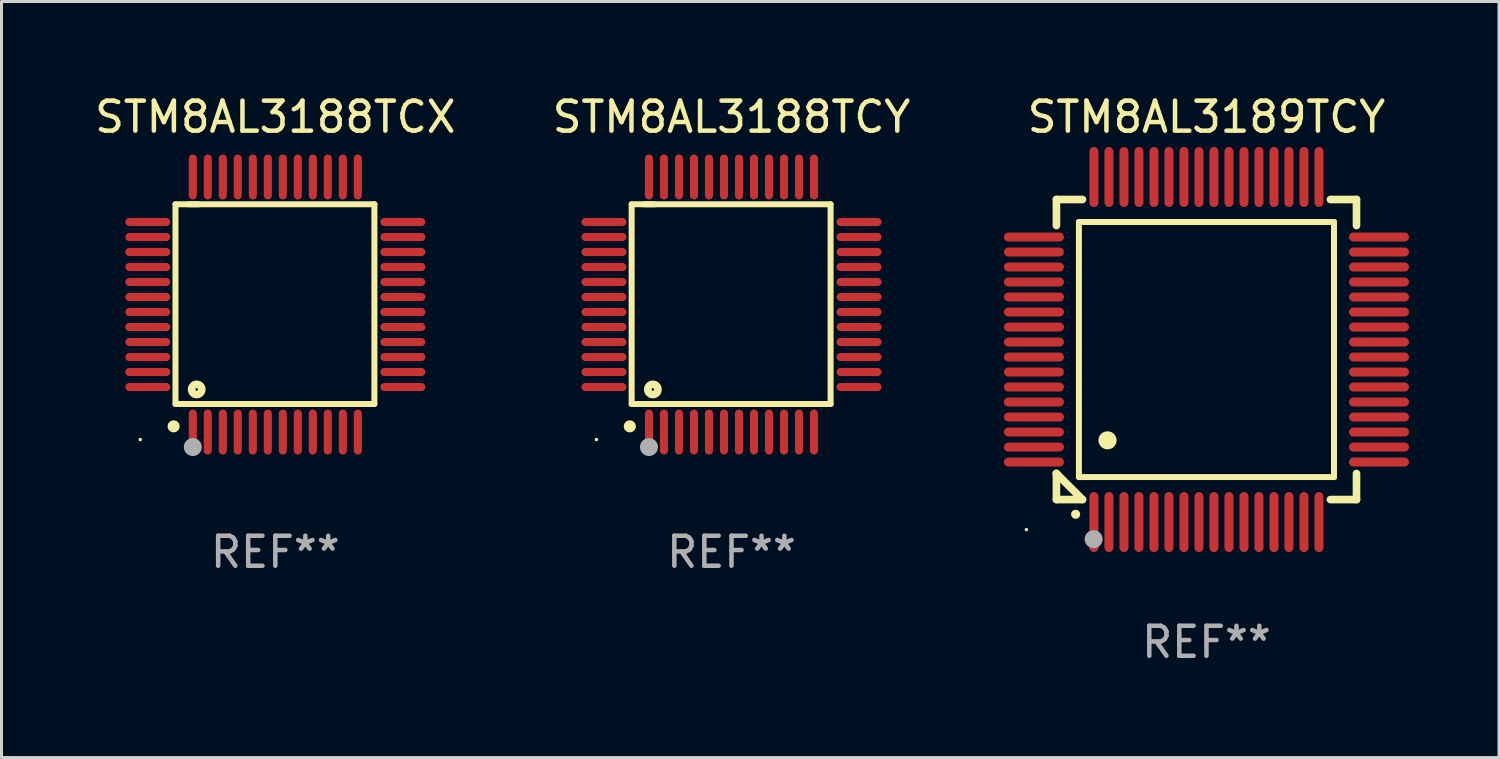
<source format=kicad_pcb>
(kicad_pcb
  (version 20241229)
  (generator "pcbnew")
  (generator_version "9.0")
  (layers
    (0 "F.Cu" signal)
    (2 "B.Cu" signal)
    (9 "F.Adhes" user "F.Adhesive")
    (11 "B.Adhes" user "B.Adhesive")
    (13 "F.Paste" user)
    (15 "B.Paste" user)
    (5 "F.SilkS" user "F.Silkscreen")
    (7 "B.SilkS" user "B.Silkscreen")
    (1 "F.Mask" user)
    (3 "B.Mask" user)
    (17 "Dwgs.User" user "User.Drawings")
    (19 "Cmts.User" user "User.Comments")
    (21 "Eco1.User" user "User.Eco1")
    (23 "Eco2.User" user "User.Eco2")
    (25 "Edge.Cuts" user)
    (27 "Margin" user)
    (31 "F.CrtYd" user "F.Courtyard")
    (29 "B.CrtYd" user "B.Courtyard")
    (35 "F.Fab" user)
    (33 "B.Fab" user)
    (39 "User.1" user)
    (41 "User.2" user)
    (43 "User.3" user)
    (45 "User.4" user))
  (footprint "STM8AL3189TCY"
    (layer "F.Cu")
    (at 37.155 8.598)
    (property "Reference" "STM8AL3189TCY" (at 0 -7.75 0) (layer "F.SilkS") (effects (font (size 1 1) (thickness 0.15))))
    (attr through_hole)
    (fp_line (start -5 -5) (end -4.131 -5) (stroke (width 0.254) (type solid)) (layer "F.SilkS"))
    (fp_line (start -5 -4.131) (end -5 -5) (stroke (width 0.254) (type solid)) (layer "F.SilkS"))
    (fp_line (start -5 4.131) (end -5 4.131) (stroke (width 0.254) (type solid)) (layer "F.SilkS"))
    (fp_line (start -5 5) (end -5 4.131) (stroke (width 0.254) (type solid)) (layer "F.SilkS"))
    (fp_line (start -5 4.131) (end -4.131 5) (stroke (width 0.254) (type solid)) (layer "F.SilkS"))
    (fp_line (start -4.25 -4.25) (end -4.25 4.25) (stroke (width 0.2) (type solid)) (layer "F.SilkS"))
    (fp_line (start -4.25 4.25) (end 4.25 4.25) (stroke (width 0.2) (type solid)) (layer "F.SilkS"))
    (fp_line (start -4.131 5) (end -5 5) (stroke (width 0.254) (type solid)) (layer "F.SilkS"))
    (fp_line (start 4.25 -4.25) (end -4.25 -4.25) (stroke (width 0.2) (type solid)) (layer "F.SilkS"))
    (fp_line (start 4.25 4.25) (end 4.25 -4.25) (stroke (width 0.2) (type solid)) (layer "F.SilkS"))
    (fp_line (start 5 -5) (end 4.131 -5) (stroke (width 0.254) (type solid)) (layer "F.SilkS"))
    (fp_line (start 5 -5) (end 5 -4.131) (stroke (width 0.254) (type solid)) (layer "F.SilkS"))
    (fp_line (start 5 4.131) (end 5 5) (stroke (width 0.254) (type solid)) (layer "F.SilkS"))
    (fp_line (start 5 5) (end 4.131 5) (stroke (width 0.254) (type solid)) (layer "F.SilkS"))
    (fp_arc (start -4.361265 5.489992) (mid -4.359995 5.489987) (end -4.358725 5.489992) (stroke (width 0.3) (type solid)) (layer "F.SilkS"))
    (fp_arc (start -3.299467 3.025146) (mid -3.296927 3.025135) (end -3.294387 3.025146) (stroke (width 0.6) (type solid)) (layer "F.SilkS"))
    (fp_circle (center -6 6) (end -5.97 6) (stroke (width 0.06) (type solid)) (fill no) (layer "F.SilkS"))
    (fp_circle (center -3.76 6.32) (end -3.61 6.32) (stroke (width 0.3) (type solid)) (fill no) (layer "F.Fab"))
    (fp_text user "REF**" (at 0 9.75 0) (layer "F.Fab") (effects (font (size 1 1) (thickness 0.15))))
    (pad "1" smd oval (at -3.75 5.75) (size 0.3 2) (layers "F.Cu" "F.Mask" "F.Paste"))
    (pad "2" smd oval (at -3.25 5.75) (size 0.3 2) (layers "F.Cu" "F.Mask" "F.Paste"))
    (pad "3" smd oval (at -2.75 5.75) (size 0.3 2) (layers "F.Cu" "F.Mask" "F.Paste"))
    (pad "4" smd oval (at -2.25 5.75) (size 0.3 2) (layers "F.Cu" "F.Mask" "F.Paste"))
    (pad "5" smd oval (at -1.75 5.75) (size 0.3 2) (layers "F.Cu" "F.Mask" "F.Paste"))
    (pad "6" smd oval (at -1.25 5.75) (size 0.3 2) (layers "F.Cu" "F.Mask" "F.Paste"))
    (pad "7" smd oval (at -0.75 5.75) (size 0.3 2) (layers "F.Cu" "F.Mask" "F.Paste"))
    (pad "8" smd oval (at -0.25 5.75) (size 0.3 2) (layers "F.Cu" "F.Mask" "F.Paste"))
    (pad "9" smd oval (at 0.25 5.75) (size 0.3 2) (layers "F.Cu" "F.Mask" "F.Paste"))
    (pad "10" smd oval (at 0.75 5.75) (size 0.3 2) (layers "F.Cu" "F.Mask" "F.Paste"))
    (pad "11" smd oval (at 1.25 5.75) (size 0.3 2) (layers "F.Cu" "F.Mask" "F.Paste"))
    (pad "12" smd oval (at 1.75 5.75) (size 0.3 2) (layers "F.Cu" "F.Mask" "F.Paste"))
    (pad "13" smd oval (at 2.25 5.75) (size 0.3 2) (layers "F.Cu" "F.Mask" "F.Paste"))
    (pad "14" smd oval (at 2.75 5.75) (size 0.3 2) (layers "F.Cu" "F.Mask" "F.Paste"))
    (pad "15" smd oval (at 3.25 5.75) (size 0.3 2) (layers "F.Cu" "F.Mask" "F.Paste"))
    (pad "16" smd oval (at 3.75 5.75) (size 0.3 2) (layers "F.Cu" "F.Mask" "F.Paste"))
    (pad "17" smd oval (at 5.75 3.75) (size 2 0.3) (layers "F.Cu" "F.Mask" "F.Paste"))
    (pad "18" smd oval (at 5.75 3.25) (size 2 0.3) (layers "F.Cu" "F.Mask" "F.Paste"))
    (pad "19" smd oval (at 5.75 2.75) (size 2 0.3) (layers "F.Cu" "F.Mask" "F.Paste"))
    (pad "20" smd oval (at 5.75 2.25) (size 2 0.3) (layers "F.Cu" "F.Mask" "F.Paste"))
    (pad "21" smd oval (at 5.75 1.75) (size 2 0.3) (layers "F.Cu" "F.Mask" "F.Paste"))
    (pad "22" smd oval (at 5.75 1.25) (size 2 0.3) (layers "F.Cu" "F.Mask" "F.Paste"))
    (pad "23" smd oval (at 5.75 0.75) (size 2 0.3) (layers "F.Cu" "F.Mask" "F.Paste"))
    (pad "24" smd oval (at 5.75 0.25) (size 2 0.3) (layers "F.Cu" "F.Mask" "F.Paste"))
    (pad "25" smd oval (at 5.75 -0.25) (size 2 0.3) (layers "F.Cu" "F.Mask" "F.Paste"))
    (pad "26" smd oval (at 5.75 -0.75) (size 2 0.3) (layers "F.Cu" "F.Mask" "F.Paste"))
    (pad "27" smd oval (at 5.75 -1.25) (size 2 0.3) (layers "F.Cu" "F.Mask" "F.Paste"))
    (pad "28" smd oval (at 5.75 -1.75) (size 2 0.3) (layers "F.Cu" "F.Mask" "F.Paste"))
    (pad "29" smd oval (at 5.75 -2.25) (size 2 0.3) (layers "F.Cu" "F.Mask" "F.Paste"))
    (pad "30" smd oval (at 5.75 -2.75) (size 2 0.3) (layers "F.Cu" "F.Mask" "F.Paste"))
    (pad "31" smd oval (at 5.75 -3.25) (size 2 0.3) (layers "F.Cu" "F.Mask" "F.Paste"))
    (pad "32" smd oval (at 5.75 -3.75) (size 2 0.3) (layers "F.Cu" "F.Mask" "F.Paste"))
    (pad "33" smd oval (at 3.75 -5.75) (size 0.3 2) (layers "F.Cu" "F.Mask" "F.Paste"))
    (pad "34" smd oval (at 3.25 -5.75) (size 0.3 2) (layers "F.Cu" "F.Mask" "F.Paste"))
    (pad "35" smd oval (at 2.75 -5.75) (size 0.3 2) (layers "F.Cu" "F.Mask" "F.Paste"))
    (pad "36" smd oval (at 2.25 -5.75) (size 0.3 2) (layers "F.Cu" "F.Mask" "F.Paste"))
    (pad "37" smd oval (at 1.75 -5.75) (size 0.3 2) (layers "F.Cu" "F.Mask" "F.Paste"))
    (pad "38" smd oval (at 1.25 -5.75) (size 0.3 2) (layers "F.Cu" "F.Mask" "F.Paste"))
    (pad "39" smd oval (at 0.75 -5.75) (size 0.3 2) (layers "F.Cu" "F.Mask" "F.Paste"))
    (pad "40" smd oval (at 0.25 -5.75) (size 0.3 2) (layers "F.Cu" "F.Mask" "F.Paste"))
    (pad "41" smd oval (at -0.25 -5.75) (size 0.3 2) (layers "F.Cu" "F.Mask" "F.Paste"))
    (pad "42" smd oval (at -0.75 -5.75) (size 0.3 2) (layers "F.Cu" "F.Mask" "F.Paste"))
    (pad "43" smd oval (at -1.25 -5.75) (size 0.3 2) (layers "F.Cu" "F.Mask" "F.Paste"))
    (pad "44" smd oval (at -1.75 -5.75) (size 0.3 2) (layers "F.Cu" "F.Mask" "F.Paste"))
    (pad "45" smd oval (at -2.25 -5.75) (size 0.3 2) (layers "F.Cu" "F.Mask" "F.Paste"))
    (pad "46" smd oval (at -2.75 -5.75) (size 0.3 2) (layers "F.Cu" "F.Mask" "F.Paste"))
    (pad "47" smd oval (at -3.25 -5.75) (size 0.3 2) (layers "F.Cu" "F.Mask" "F.Paste"))
    (pad "48" smd oval (at -3.75 -5.75) (size 0.3 2) (layers "F.Cu" "F.Mask" "F.Paste"))
    (pad "49" smd oval (at -5.75 -3.75) (size 2 0.3) (layers "F.Cu" "F.Mask" "F.Paste"))
    (pad "50" smd oval (at -5.75 -3.25) (size 2 0.3) (layers "F.Cu" "F.Mask" "F.Paste"))
    (pad "51" smd oval (at -5.75 -2.75) (size 2 0.3) (layers "F.Cu" "F.Mask" "F.Paste"))
    (pad "52" smd oval (at -5.75 -2.25) (size 2 0.3) (layers "F.Cu" "F.Mask" "F.Paste"))
    (pad "53" smd oval (at -5.75 -1.75) (size 2 0.3) (layers "F.Cu" "F.Mask" "F.Paste"))
    (pad "54" smd oval (at -5.75 -1.25) (size 2 0.3) (layers "F.Cu" "F.Mask" "F.Paste"))
    (pad "55" smd oval (at -5.75 -0.75) (size 2 0.3) (layers "F.Cu" "F.Mask" "F.Paste"))
    (pad "56" smd oval (at -5.75 -0.25) (size 2 0.3) (layers "F.Cu" "F.Mask" "F.Paste"))
    (pad "57" smd oval (at -5.75 0.25) (size 2 0.3) (layers "F.Cu" "F.Mask" "F.Paste"))
    (pad "58" smd oval (at -5.75 0.75) (size 2 0.3) (layers "F.Cu" "F.Mask" "F.Paste"))
    (pad "59" smd oval (at -5.75 1.25) (size 2 0.3) (layers "F.Cu" "F.Mask" "F.Paste"))
    (pad "60" smd oval (at -5.75 1.75) (size 2 0.3) (layers "F.Cu" "F.Mask" "F.Paste"))
    (pad "61" smd oval (at -5.75 2.25) (size 2 0.3) (layers "F.Cu" "F.Mask" "F.Paste"))
    (pad "62" smd oval (at -5.75 2.75) (size 2 0.3) (layers "F.Cu" "F.Mask" "F.Paste"))
    (pad "63" smd oval (at -5.75 3.25) (size 2 0.3) (layers "F.Cu" "F.Mask" "F.Paste"))
    (pad "64" smd oval (at -5.75 3.75) (size 2 0.3) (layers "F.Cu" "F.Mask" "F.Paste")))
  (footprint "STM8AL3188TCY"
    (layer "F.Cu")
    (at 21.327 7.098)
    (property "Reference" "STM8AL3188TCY" (at 0 -6.25 0) (layer "F.SilkS") (effects (font (size 1 1) (thickness 0.15))))
    (attr through_hole)
    (fp_line (start -3.327 -3.34) (end -2.565 -3.34) (stroke (width 0.2) (type solid)) (layer "F.SilkS"))
    (fp_line (start -3.327 3.315) (end -3.327 -3.34) (stroke (width 0.2) (type solid)) (layer "F.SilkS"))
    (fp_line (start -2.896 -3.34) (end 3.302 -3.34) (stroke (width 0.2) (type solid)) (layer "F.SilkS"))
    (fp_line (start 3.302 -3.34) (end 3.302 3.315) (stroke (width 0.2) (type solid)) (layer "F.SilkS"))
    (fp_line (start 3.302 3.315) (end -3.327 3.315) (stroke (width 0.2) (type solid)) (layer "F.SilkS"))
    (fp_arc (start -3.389992 4.059995) (mid -3.388722 4.059991) (end -3.387452 4.059995) (stroke (width 0.4) (type solid)) (layer "F.SilkS"))
    (fp_circle (center -4.5 4.5) (end -4.47 4.5) (stroke (width 0.06) (type solid)) (fill no) (layer "F.SilkS"))
    (fp_circle (center -2.62 2.83) (end -2.45 2.83) (stroke (width 0.254) (type solid)) (fill no) (layer "F.SilkS"))
    (fp_circle (center -2.75 4.75) (end -2.6 4.75) (stroke (width 0.3) (type solid)) (fill no) (layer "F.Fab"))
    (fp_text user "REF**" (at 0 8.25 0) (layer "F.Fab") (effects (font (size 1 1) (thickness 0.15))))
    (pad "1" smd oval (at -2.75 4.25) (size 0.27 1.5) (layers "F.Cu" "F.Mask" "F.Paste"))
    (pad "2" smd oval (at -2.25 4.25) (size 0.27 1.5) (layers "F.Cu" "F.Mask" "F.Paste"))
    (pad "3" smd oval (at -1.75 4.25) (size 0.27 1.5) (layers "F.Cu" "F.Mask" "F.Paste"))
    (pad "4" smd oval (at -1.25 4.25) (size 0.27 1.5) (layers "F.Cu" "F.Mask" "F.Paste"))
    (pad "5" smd oval (at -0.75 4.25) (size 0.27 1.5) (layers "F.Cu" "F.Mask" "F.Paste"))
    (pad "6" smd oval (at -0.25 4.25) (size 0.27 1.5) (layers "F.Cu" "F.Mask" "F.Paste"))
    (pad "7" smd oval (at 0.25 4.25) (size 0.27 1.5) (layers "F.Cu" "F.Mask" "F.Paste"))
    (pad "8" smd oval (at 0.75 4.25) (size 0.27 1.5) (layers "F.Cu" "F.Mask" "F.Paste"))
    (pad "9" smd oval (at 1.25 4.25) (size 0.27 1.5) (layers "F.Cu" "F.Mask" "F.Paste"))
    (pad "10" smd oval (at 1.75 4.25) (size 0.27 1.5) (layers "F.Cu" "F.Mask" "F.Paste"))
    (pad "11" smd oval (at 2.25 4.25) (size 0.27 1.5) (layers "F.Cu" "F.Mask" "F.Paste"))
    (pad "12" smd oval (at 2.75 4.25) (size 0.27 1.5) (layers "F.Cu" "F.Mask" "F.Paste"))
    (pad "13" smd oval (at 4.25 2.75) (size 1.5 0.27) (layers "F.Cu" "F.Mask" "F.Paste"))
    (pad "14" smd oval (at 4.25 2.25) (size 1.5 0.27) (layers "F.Cu" "F.Mask" "F.Paste"))
    (pad "15" smd oval (at 4.25 1.75) (size 1.5 0.27) (layers "F.Cu" "F.Mask" "F.Paste"))
    (pad "16" smd oval (at 4.25 1.25) (size 1.5 0.27) (layers "F.Cu" "F.Mask" "F.Paste"))
    (pad "17" smd oval (at 4.25 0.75) (size 1.5 0.27) (layers "F.Cu" "F.Mask" "F.Paste"))
    (pad "18" smd oval (at 4.25 0.25) (size 1.5 0.27) (layers "F.Cu" "F.Mask" "F.Paste"))
    (pad "19" smd oval (at 4.25 -0.25) (size 1.5 0.27) (layers "F.Cu" "F.Mask" "F.Paste"))
    (pad "20" smd oval (at 4.25 -0.75) (size 1.5 0.27) (layers "F.Cu" "F.Mask" "F.Paste"))
    (pad "21" smd oval (at 4.25 -1.25) (size 1.5 0.27) (layers "F.Cu" "F.Mask" "F.Paste"))
    (pad "22" smd oval (at 4.25 -1.75) (size 1.5 0.27) (layers "F.Cu" "F.Mask" "F.Paste"))
    (pad "23" smd oval (at 4.25 -2.25) (size 1.5 0.27) (layers "F.Cu" "F.Mask" "F.Paste"))
    (pad "24" smd oval (at 4.25 -2.75) (size 1.5 0.27) (layers "F.Cu" "F.Mask" "F.Paste"))
    (pad "25" smd oval (at 2.75 -4.25) (size 0.27 1.5) (layers "F.Cu" "F.Mask" "F.Paste"))
    (pad "26" smd oval (at 2.25 -4.25) (size 0.27 1.5) (layers "F.Cu" "F.Mask" "F.Paste"))
    (pad "27" smd oval (at 1.75 -4.25) (size 0.27 1.5) (layers "F.Cu" "F.Mask" "F.Paste"))
    (pad "28" smd oval (at 1.25 -4.25) (size 0.27 1.5) (layers "F.Cu" "F.Mask" "F.Paste"))
    (pad "29" smd oval (at 0.75 -4.25) (size 0.27 1.5) (layers "F.Cu" "F.Mask" "F.Paste"))
    (pad "30" smd oval (at 0.25 -4.25) (size 0.27 1.5) (layers "F.Cu" "F.Mask" "F.Paste"))
    (pad "31" smd oval (at -0.25 -4.25) (size 0.27 1.5) (layers "F.Cu" "F.Mask" "F.Paste"))
    (pad "32" smd oval (at -0.75 -4.25) (size 0.27 1.5) (layers "F.Cu" "F.Mask" "F.Paste"))
    (pad "33" smd oval (at -1.25 -4.25) (size 0.27 1.5) (layers "F.Cu" "F.Mask" "F.Paste"))
    (pad "34" smd oval (at -1.75 -4.25) (size 0.27 1.5) (layers "F.Cu" "F.Mask" "F.Paste"))
    (pad "35" smd oval (at -2.25 -4.25) (size 0.27 1.5) (layers "F.Cu" "F.Mask" "F.Paste"))
    (pad "36" smd oval (at -2.75 -4.25) (size 0.27 1.5) (layers "F.Cu" "F.Mask" "F.Paste"))
    (pad "37" smd oval (at -4.25 -2.75) (size 1.5 0.27) (layers "F.Cu" "F.Mask" "F.Paste"))
    (pad "38" smd oval (at -4.25 -2.25) (size 1.5 0.27) (layers "F.Cu" "F.Mask" "F.Paste"))
    (pad "39" smd oval (at -4.25 -1.75) (size 1.5 0.27) (layers "F.Cu" "F.Mask" "F.Paste"))
    (pad "40" smd oval (at -4.25 -1.25) (size 1.5 0.27) (layers "F.Cu" "F.Mask" "F.Paste"))
    (pad "41" smd oval (at -4.25 -0.75) (size 1.5 0.27) (layers "F.Cu" "F.Mask" "F.Paste"))
    (pad "42" smd oval (at -4.25 -0.25) (size 1.5 0.27) (layers "F.Cu" "F.Mask" "F.Paste"))
    (pad "43" smd oval (at -4.25 0.25) (size 1.5 0.27) (layers "F.Cu" "F.Mask" "F.Paste"))
    (pad "44" smd oval (at -4.25 0.75) (size 1.5 0.27) (layers "F.Cu" "F.Mask" "F.Paste"))
    (pad "45" smd oval (at -4.25 1.25) (size 1.5 0.27) (layers "F.Cu" "F.Mask" "F.Paste"))
    (pad "46" smd oval (at -4.25 1.75) (size 1.5 0.27) (layers "F.Cu" "F.Mask" "F.Paste"))
    (pad "47" smd oval (at -4.25 2.25) (size 1.5 0.27) (layers "F.Cu" "F.Mask" "F.Paste"))
    (pad "48" smd oval (at -4.25 2.75) (size 1.5 0.27) (layers "F.Cu" "F.Mask" "F.Paste")))
  (footprint "STM8AL3188TCX"
    (layer "F.Cu")
    (at 6.125 7.098)
    (property "Reference" "STM8AL3188TCX" (at 0 -6.25 0) (layer "F.SilkS") (effects (font (size 1 1) (thickness 0.15))))
    (attr through_hole)
    (fp_line (start -3.327 -3.34) (end -2.565 -3.34) (stroke (width 0.2) (type solid)) (layer "F.SilkS"))
    (fp_line (start -3.327 3.315) (end -3.327 -3.34) (stroke (width 0.2) (type solid)) (layer "F.SilkS"))
    (fp_line (start -2.896 -3.34) (end 3.302 -3.34) (stroke (width 0.2) (type solid)) (layer "F.SilkS"))
    (fp_line (start 3.302 -3.34) (end 3.302 3.315) (stroke (width 0.2) (type solid)) (layer "F.SilkS"))
    (fp_line (start 3.302 3.315) (end -3.327 3.315) (stroke (width 0.2) (type solid)) (layer "F.SilkS"))
    (fp_arc (start -3.389992 4.059995) (mid -3.388722 4.059991) (end -3.387452 4.059995) (stroke (width 0.4) (type solid)) (layer "F.SilkS"))
    (fp_circle (center -4.5 4.5) (end -4.47 4.5) (stroke (width 0.06) (type solid)) (fill no) (layer "F.SilkS"))
    (fp_circle (center -2.62 2.83) (end -2.45 2.83) (stroke (width 0.254) (type solid)) (fill no) (layer "F.SilkS"))
    (fp_circle (center -2.75 4.75) (end -2.6 4.75) (stroke (width 0.3) (type solid)) (fill no) (layer "F.Fab"))
    (fp_text user "REF**" (at 0 8.25 0) (layer "F.Fab") (effects (font (size 1 1) (thickness 0.15))))
    (pad "1" smd oval (at -2.75 4.25) (size 0.27 1.5) (layers "F.Cu" "F.Mask" "F.Paste"))
    (pad "2" smd oval (at -2.25 4.25) (size 0.27 1.5) (layers "F.Cu" "F.Mask" "F.Paste"))
    (pad "3" smd oval (at -1.75 4.25) (size 0.27 1.5) (layers "F.Cu" "F.Mask" "F.Paste"))
    (pad "4" smd oval (at -1.25 4.25) (size 0.27 1.5) (layers "F.Cu" "F.Mask" "F.Paste"))
    (pad "5" smd oval (at -0.75 4.25) (size 0.27 1.5) (layers "F.Cu" "F.Mask" "F.Paste"))
    (pad "6" smd oval (at -0.25 4.25) (size 0.27 1.5) (layers "F.Cu" "F.Mask" "F.Paste"))
    (pad "7" smd oval (at 0.25 4.25) (size 0.27 1.5) (layers "F.Cu" "F.Mask" "F.Paste"))
    (pad "8" smd oval (at 0.75 4.25) (size 0.27 1.5) (layers "F.Cu" "F.Mask" "F.Paste"))
    (pad "9" smd oval (at 1.25 4.25) (size 0.27 1.5) (layers "F.Cu" "F.Mask" "F.Paste"))
    (pad "10" smd oval (at 1.75 4.25) (size 0.27 1.5) (layers "F.Cu" "F.Mask" "F.Paste"))
    (pad "11" smd oval (at 2.25 4.25) (size 0.27 1.5) (layers "F.Cu" "F.Mask" "F.Paste"))
    (pad "12" smd oval (at 2.75 4.25) (size 0.27 1.5) (layers "F.Cu" "F.Mask" "F.Paste"))
    (pad "13" smd oval (at 4.25 2.75) (size 1.5 0.27) (layers "F.Cu" "F.Mask" "F.Paste"))
    (pad "14" smd oval (at 4.25 2.25) (size 1.5 0.27) (layers "F.Cu" "F.Mask" "F.Paste"))
    (pad "15" smd oval (at 4.25 1.75) (size 1.5 0.27) (layers "F.Cu" "F.Mask" "F.Paste"))
    (pad "16" smd oval (at 4.25 1.25) (size 1.5 0.27) (layers "F.Cu" "F.Mask" "F.Paste"))
    (pad "17" smd oval (at 4.25 0.75) (size 1.5 0.27) (layers "F.Cu" "F.Mask" "F.Paste"))
    (pad "18" smd oval (at 4.25 0.25) (size 1.5 0.27) (layers "F.Cu" "F.Mask" "F.Paste"))
    (pad "19" smd oval (at 4.25 -0.25) (size 1.5 0.27) (layers "F.Cu" "F.Mask" "F.Paste"))
    (pad "20" smd oval (at 4.25 -0.75) (size 1.5 0.27) (layers "F.Cu" "F.Mask" "F.Paste"))
    (pad "21" smd oval (at 4.25 -1.25) (size 1.5 0.27) (layers "F.Cu" "F.Mask" "F.Paste"))
    (pad "22" smd oval (at 4.25 -1.75) (size 1.5 0.27) (layers "F.Cu" "F.Mask" "F.Paste"))
    (pad "23" smd oval (at 4.25 -2.25) (size 1.5 0.27) (layers "F.Cu" "F.Mask" "F.Paste"))
    (pad "24" smd oval (at 4.25 -2.75) (size 1.5 0.27) (layers "F.Cu" "F.Mask" "F.Paste"))
    (pad "25" smd oval (at 2.75 -4.25) (size 0.27 1.5) (layers "F.Cu" "F.Mask" "F.Paste"))
    (pad "26" smd oval (at 2.25 -4.25) (size 0.27 1.5) (layers "F.Cu" "F.Mask" "F.Paste"))
    (pad "27" smd oval (at 1.75 -4.25) (size 0.27 1.5) (layers "F.Cu" "F.Mask" "F.Paste"))
    (pad "28" smd oval (at 1.25 -4.25) (size 0.27 1.5) (layers "F.Cu" "F.Mask" "F.Paste"))
    (pad "29" smd oval (at 0.75 -4.25) (size 0.27 1.5) (layers "F.Cu" "F.Mask" "F.Paste"))
    (pad "30" smd oval (at 0.25 -4.25) (size 0.27 1.5) (layers "F.Cu" "F.Mask" "F.Paste"))
    (pad "31" smd oval (at -0.25 -4.25) (size 0.27 1.5) (layers "F.Cu" "F.Mask" "F.Paste"))
    (pad "32" smd oval (at -0.75 -4.25) (size 0.27 1.5) (layers "F.Cu" "F.Mask" "F.Paste"))
    (pad "33" smd oval (at -1.25 -4.25) (size 0.27 1.5) (layers "F.Cu" "F.Mask" "F.Paste"))
    (pad "34" smd oval (at -1.75 -4.25) (size 0.27 1.5) (layers "F.Cu" "F.Mask" "F.Paste"))
    (pad "35" smd oval (at -2.25 -4.25) (size 0.27 1.5) (layers "F.Cu" "F.Mask" "F.Paste"))
    (pad "36" smd oval (at -2.75 -4.25) (size 0.27 1.5) (layers "F.Cu" "F.Mask" "F.Paste"))
    (pad "37" smd oval (at -4.25 -2.75) (size 1.5 0.27) (layers "F.Cu" "F.Mask" "F.Paste"))
    (pad "38" smd oval (at -4.25 -2.25) (size 1.5 0.27) (layers "F.Cu" "F.Mask" "F.Paste"))
    (pad "39" smd oval (at -4.25 -1.75) (size 1.5 0.27) (layers "F.Cu" "F.Mask" "F.Paste"))
    (pad "40" smd oval (at -4.25 -1.25) (size 1.5 0.27) (layers "F.Cu" "F.Mask" "F.Paste"))
    (pad "41" smd oval (at -4.25 -0.75) (size 1.5 0.27) (layers "F.Cu" "F.Mask" "F.Paste"))
    (pad "42" smd oval (at -4.25 -0.25) (size 1.5 0.27) (layers "F.Cu" "F.Mask" "F.Paste"))
    (pad "43" smd oval (at -4.25 0.25) (size 1.5 0.27) (layers "F.Cu" "F.Mask" "F.Paste"))
    (pad "44" smd oval (at -4.25 0.75) (size 1.5 0.27) (layers "F.Cu" "F.Mask" "F.Paste"))
    (pad "45" smd oval (at -4.25 1.25) (size 1.5 0.27) (layers "F.Cu" "F.Mask" "F.Paste"))
    (pad "46" smd oval (at -4.25 1.75) (size 1.5 0.27) (layers "F.Cu" "F.Mask" "F.Paste"))
    (pad "47" smd oval (at -4.25 2.25) (size 1.5 0.27) (layers "F.Cu" "F.Mask" "F.Paste"))
    (pad "48" smd oval (at -4.25 2.75) (size 1.5 0.27) (layers "F.Cu" "F.Mask" "F.Paste")))
  (gr_rect
    (start -3 -3)
    (end 46.904 22.196)
    (stroke (width 0.1) (type default))
    (fill no)
    (layer "Edge.Cuts")))
</source>
